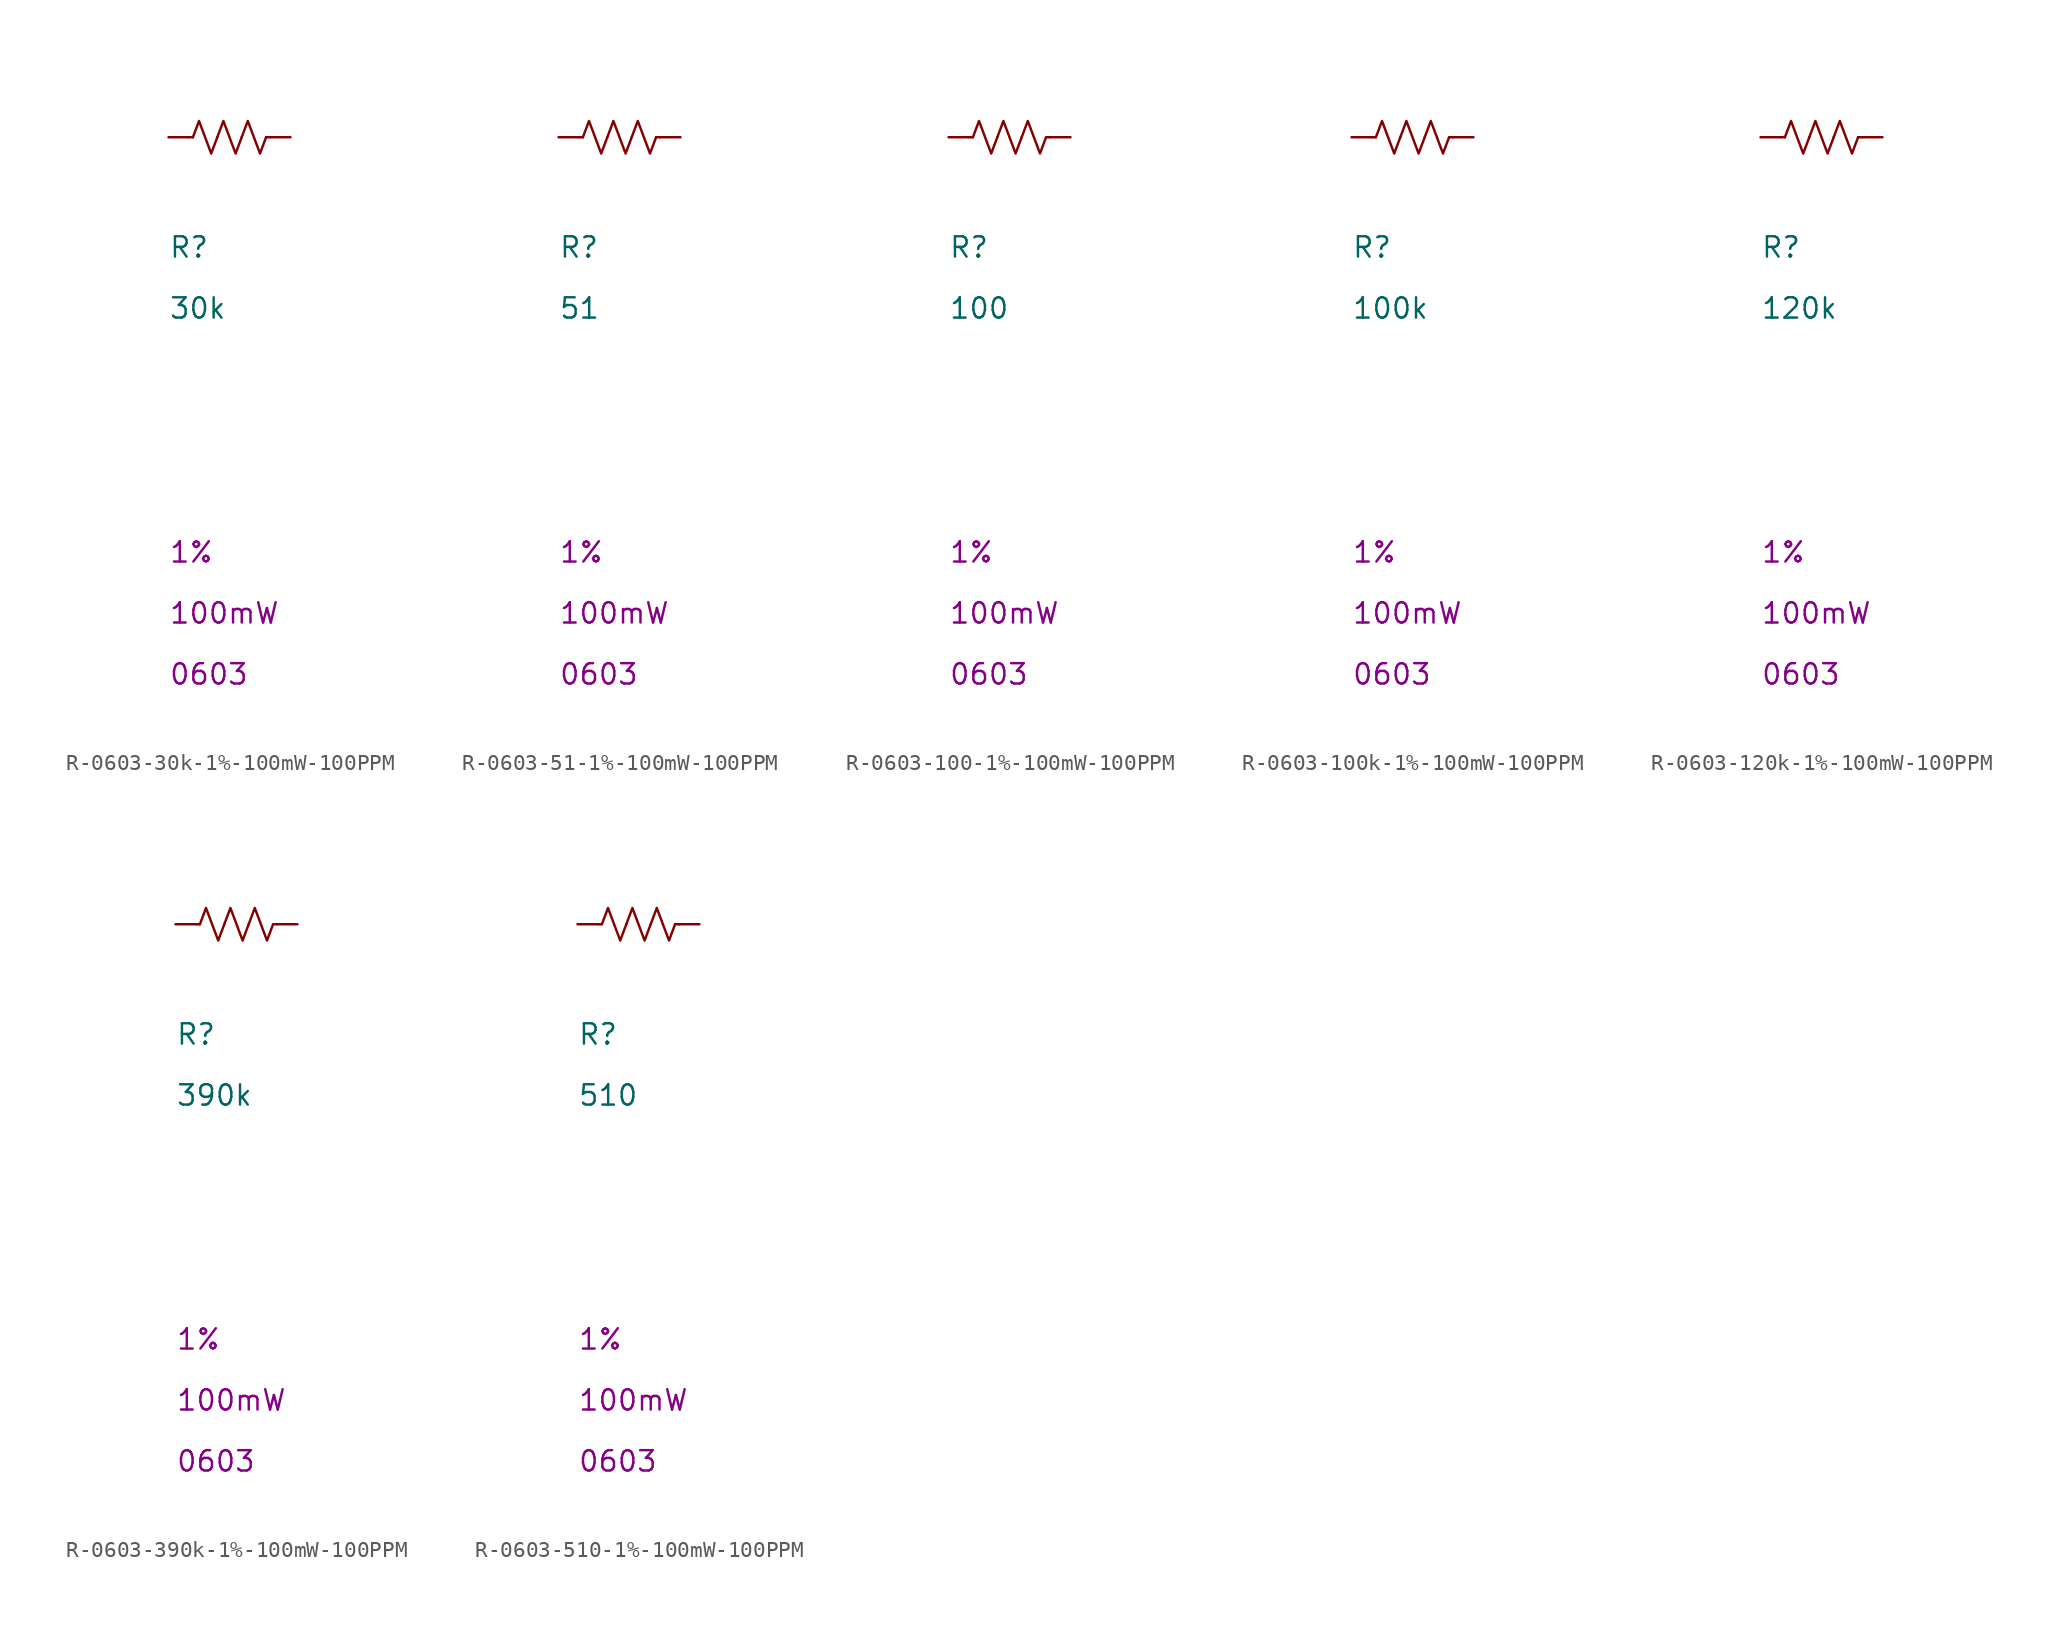
<source format=kicad_sym>
(kicad_symbol_lib
  (version 20241209)
  (generator "kicad_symbol_editor")
  (generator_version "9.0")
  (symbol "R-0603-30k-1%-100mW-100PPM"
    (pin_numbers
      (hide yes))
    (pin_names
      (hide yes))
    (property "Reference" "R"
      (at 0 -7.62 0)
      (effects (font (size 1.27 1.27)) (justify left bottom)))
    (property "Value" "30k"
      (at 0 -11.43 0)
      (effects (font (size 1.27 1.27)) (justify left bottom)))
    (property "Tolerance" "1%"
      (at 0 -26.67 0)
      (effects (font (size 1.27 1.27)) (justify left bottom)))
    (property "Power Rating" "100mW"
      (at 0 -30.48 0)
      (effects (font (size 1.27 1.27)) (justify left bottom)))
    (property "Case/Package" "0603"
      (at 0 -34.29 0)
      (effects (font (size 1.27 1.27)) (justify left bottom)))
    (symbol "R-0603-30k-1%-100mW-100PPM_0_1"
      (polyline (pts (xy 1.524 0) (xy 1.27 0)) (stroke (width 0) (type default)) (fill (type none)))
      (polyline (pts (xy 1.524 0) (xy 1.905 1.016) (xy 2.286 0) (xy 2.667 -1.016) (xy 3.048 0)) (stroke (width 0) (type default)) (fill (type none)))
      (polyline (pts (xy 3.048 0) (xy 3.429 1.016) (xy 3.81 0) (xy 4.191 -1.016) (xy 4.572 0)) (stroke (width 0) (type default)) (fill (type none)))
      (polyline (pts (xy 4.572 0) (xy 4.953 1.016) (xy 5.334 0) (xy 5.715 -1.016) (xy 6.096 0)) (stroke (width 0) (type default)) (fill (type none)))
      (polyline (pts (xy 6.096 0) (xy 6.35 0)) (stroke (width 0) (type default)) (fill (type none))))
    (symbol "R-0603-30k-1%-100mW-100PPM_1_1"
      (pin passive line (at 0 0 0) (length 1.27) (name "1" (effects (font (size 1.27 1.27)))) (number "1" (effects (font (size 1.016 1.016)))))
      (pin passive line (at 7.62 0 180) (length 1.27) (name "2" (effects (font (size 1.27 1.27)))) (number "2" (effects (font (size 1.016 1.016)))))))
  (symbol "R-0603-51-1%-100mW-100PPM"
    (pin_numbers
      (hide yes))
    (pin_names
      (hide yes))
    (property "Reference" "R"
      (at 0 -7.62 0)
      (effects (font (size 1.27 1.27)) (justify left bottom)))
    (property "Value" "51"
      (at 0 -11.43 0)
      (effects (font (size 1.27 1.27)) (justify left bottom)))
    (property "Tolerance" "1%"
      (at 0 -26.67 0)
      (effects (font (size 1.27 1.27)) (justify left bottom)))
    (property "Power Rating" "100mW"
      (at 0 -30.48 0)
      (effects (font (size 1.27 1.27)) (justify left bottom)))
    (property "Case/Package" "0603"
      (at 0 -34.29 0)
      (effects (font (size 1.27 1.27)) (justify left bottom)))
    (symbol "R-0603-51-1%-100mW-100PPM_0_1"
      (polyline (pts (xy 1.524 0) (xy 1.27 0)) (stroke (width 0) (type default)) (fill (type none)))
      (polyline (pts (xy 1.524 0) (xy 1.905 1.016) (xy 2.286 0) (xy 2.667 -1.016) (xy 3.048 0)) (stroke (width 0) (type default)) (fill (type none)))
      (polyline (pts (xy 3.048 0) (xy 3.429 1.016) (xy 3.81 0) (xy 4.191 -1.016) (xy 4.572 0)) (stroke (width 0) (type default)) (fill (type none)))
      (polyline (pts (xy 4.572 0) (xy 4.953 1.016) (xy 5.334 0) (xy 5.715 -1.016) (xy 6.096 0)) (stroke (width 0) (type default)) (fill (type none)))
      (polyline (pts (xy 6.096 0) (xy 6.35 0)) (stroke (width 0) (type default)) (fill (type none))))
    (symbol "R-0603-51-1%-100mW-100PPM_1_1"
      (pin passive line (at 0 0 0) (length 1.27) (name "1" (effects (font (size 1.27 1.27)))) (number "1" (effects (font (size 1.016 1.016)))))
      (pin passive line (at 7.62 0 180) (length 1.27) (name "2" (effects (font (size 1.27 1.27)))) (number "2" (effects (font (size 1.016 1.016)))))))
  (symbol "R-0603-100-1%-100mW-100PPM"
    (pin_numbers
      (hide yes))
    (pin_names
      (hide yes))
    (property "Reference" "R"
      (at 0 -7.62 0)
      (effects (font (size 1.27 1.27)) (justify left bottom)))
    (property "Value" "100"
      (at 0 -11.43 0)
      (effects (font (size 1.27 1.27)) (justify left bottom)))
    (property "Tolerance" "1%"
      (at 0 -26.67 0)
      (effects (font (size 1.27 1.27)) (justify left bottom)))
    (property "Power Rating" "100mW"
      (at 0 -30.48 0)
      (effects (font (size 1.27 1.27)) (justify left bottom)))
    (property "Case/Package" "0603"
      (at 0 -34.29 0)
      (effects (font (size 1.27 1.27)) (justify left bottom)))
    (symbol "R-0603-100-1%-100mW-100PPM_0_1"
      (polyline (pts (xy 1.524 0) (xy 1.27 0)) (stroke (width 0) (type default)) (fill (type none)))
      (polyline (pts (xy 1.524 0) (xy 1.905 1.016) (xy 2.286 0) (xy 2.667 -1.016) (xy 3.048 0)) (stroke (width 0) (type default)) (fill (type none)))
      (polyline (pts (xy 3.048 0) (xy 3.429 1.016) (xy 3.81 0) (xy 4.191 -1.016) (xy 4.572 0)) (stroke (width 0) (type default)) (fill (type none)))
      (polyline (pts (xy 4.572 0) (xy 4.953 1.016) (xy 5.334 0) (xy 5.715 -1.016) (xy 6.096 0)) (stroke (width 0) (type default)) (fill (type none)))
      (polyline (pts (xy 6.096 0) (xy 6.35 0)) (stroke (width 0) (type default)) (fill (type none))))
    (symbol "R-0603-100-1%-100mW-100PPM_1_1"
      (pin passive line (at 0 0 0) (length 1.27) (name "1" (effects (font (size 1.27 1.27)))) (number "1" (effects (font (size 1.016 1.016)))))
      (pin passive line (at 7.62 0 180) (length 1.27) (name "2" (effects (font (size 1.27 1.27)))) (number "2" (effects (font (size 1.016 1.016)))))))
  (symbol "R-0603-100k-1%-100mW-100PPM"
    (pin_numbers
      (hide yes))
    (pin_names
      (hide yes))
    (property "Reference" "R"
      (at 0 -7.62 0)
      (effects (font (size 1.27 1.27)) (justify left bottom)))
    (property "Value" "100k"
      (at 0 -11.43 0)
      (effects (font (size 1.27 1.27)) (justify left bottom)))
    (property "Tolerance" "1%"
      (at 0 -26.67 0)
      (effects (font (size 1.27 1.27)) (justify left bottom)))
    (property "Power Rating" "100mW"
      (at 0 -30.48 0)
      (effects (font (size 1.27 1.27)) (justify left bottom)))
    (property "Case/Package" "0603"
      (at 0 -34.29 0)
      (effects (font (size 1.27 1.27)) (justify left bottom)))
    (symbol "R-0603-100k-1%-100mW-100PPM_0_1"
      (polyline (pts (xy 1.524 0) (xy 1.27 0)) (stroke (width 0) (type default)) (fill (type none)))
      (polyline (pts (xy 1.524 0) (xy 1.905 1.016) (xy 2.286 0) (xy 2.667 -1.016) (xy 3.048 0)) (stroke (width 0) (type default)) (fill (type none)))
      (polyline (pts (xy 3.048 0) (xy 3.429 1.016) (xy 3.81 0) (xy 4.191 -1.016) (xy 4.572 0)) (stroke (width 0) (type default)) (fill (type none)))
      (polyline (pts (xy 4.572 0) (xy 4.953 1.016) (xy 5.334 0) (xy 5.715 -1.016) (xy 6.096 0)) (stroke (width 0) (type default)) (fill (type none)))
      (polyline (pts (xy 6.096 0) (xy 6.35 0)) (stroke (width 0) (type default)) (fill (type none))))
    (symbol "R-0603-100k-1%-100mW-100PPM_1_1"
      (pin passive line (at 0 0 0) (length 1.27) (name "1" (effects (font (size 1.27 1.27)))) (number "1" (effects (font (size 1.016 1.016)))))
      (pin passive line (at 7.62 0 180) (length 1.27) (name "2" (effects (font (size 1.27 1.27)))) (number "2" (effects (font (size 1.016 1.016)))))))
  (symbol "R-0603-120k-1%-100mW-100PPM"
    (pin_numbers
      (hide yes))
    (pin_names
      (hide yes))
    (property "Reference" "R"
      (at 0 -7.62 0)
      (effects (font (size 1.27 1.27)) (justify left bottom)))
    (property "Value" "120k"
      (at 0 -11.43 0)
      (effects (font (size 1.27 1.27)) (justify left bottom)))
    (property "Tolerance" "1%"
      (at 0 -26.67 0)
      (effects (font (size 1.27 1.27)) (justify left bottom)))
    (property "Power Rating" "100mW"
      (at 0 -30.48 0)
      (effects (font (size 1.27 1.27)) (justify left bottom)))
    (property "Case/Package" "0603"
      (at 0 -34.29 0)
      (effects (font (size 1.27 1.27)) (justify left bottom)))
    (symbol "R-0603-120k-1%-100mW-100PPM_0_1"
      (polyline (pts (xy 1.524 0) (xy 1.27 0)) (stroke (width 0) (type default)) (fill (type none)))
      (polyline (pts (xy 1.524 0) (xy 1.905 1.016) (xy 2.286 0) (xy 2.667 -1.016) (xy 3.048 0)) (stroke (width 0) (type default)) (fill (type none)))
      (polyline (pts (xy 3.048 0) (xy 3.429 1.016) (xy 3.81 0) (xy 4.191 -1.016) (xy 4.572 0)) (stroke (width 0) (type default)) (fill (type none)))
      (polyline (pts (xy 4.572 0) (xy 4.953 1.016) (xy 5.334 0) (xy 5.715 -1.016) (xy 6.096 0)) (stroke (width 0) (type default)) (fill (type none)))
      (polyline (pts (xy 6.096 0) (xy 6.35 0)) (stroke (width 0) (type default)) (fill (type none))))
    (symbol "R-0603-120k-1%-100mW-100PPM_1_1"
      (pin passive line (at 0 0 0) (length 1.27) (name "1" (effects (font (size 1.27 1.27)))) (number "1" (effects (font (size 1.016 1.016)))))
      (pin passive line (at 7.62 0 180) (length 1.27) (name "2" (effects (font (size 1.27 1.27)))) (number "2" (effects (font (size 1.016 1.016)))))))
  (symbol "R-0603-390k-1%-100mW-100PPM"
    (pin_numbers
      (hide yes))
    (pin_names
      (hide yes))
    (property "Reference" "R"
      (at 0 -7.62 0)
      (effects (font (size 1.27 1.27)) (justify left bottom)))
    (property "Value" "390k"
      (at 0 -11.43 0)
      (effects (font (size 1.27 1.27)) (justify left bottom)))
    (property "Tolerance" "1%"
      (at 0 -26.67 0)
      (effects (font (size 1.27 1.27)) (justify left bottom)))
    (property "Power Rating" "100mW"
      (at 0 -30.48 0)
      (effects (font (size 1.27 1.27)) (justify left bottom)))
    (property "Case/Package" "0603"
      (at 0 -34.29 0)
      (effects (font (size 1.27 1.27)) (justify left bottom)))
    (symbol "R-0603-390k-1%-100mW-100PPM_0_1"
      (polyline (pts (xy 1.524 0) (xy 1.27 0)) (stroke (width 0) (type default)) (fill (type none)))
      (polyline (pts (xy 1.524 0) (xy 1.905 1.016) (xy 2.286 0) (xy 2.667 -1.016) (xy 3.048 0)) (stroke (width 0) (type default)) (fill (type none)))
      (polyline (pts (xy 3.048 0) (xy 3.429 1.016) (xy 3.81 0) (xy 4.191 -1.016) (xy 4.572 0)) (stroke (width 0) (type default)) (fill (type none)))
      (polyline (pts (xy 4.572 0) (xy 4.953 1.016) (xy 5.334 0) (xy 5.715 -1.016) (xy 6.096 0)) (stroke (width 0) (type default)) (fill (type none)))
      (polyline (pts (xy 6.096 0) (xy 6.35 0)) (stroke (width 0) (type default)) (fill (type none))))
    (symbol "R-0603-390k-1%-100mW-100PPM_1_1"
      (pin passive line (at 0 0 0) (length 1.27) (name "1" (effects (font (size 1.27 1.27)))) (number "1" (effects (font (size 1.016 1.016)))))
      (pin passive line (at 7.62 0 180) (length 1.27) (name "2" (effects (font (size 1.27 1.27)))) (number "2" (effects (font (size 1.016 1.016)))))))
  (symbol "R-0603-510-1%-100mW-100PPM"
    (pin_numbers
      (hide yes))
    (pin_names
      (hide yes))
    (property "Reference" "R"
      (at 0 -7.62 0)
      (effects (font (size 1.27 1.27)) (justify left bottom)))
    (property "Value" "510"
      (at 0 -11.43 0)
      (effects (font (size 1.27 1.27)) (justify left bottom)))
    (property "Tolerance" "1%"
      (at 0 -26.67 0)
      (effects (font (size 1.27 1.27)) (justify left bottom)))
    (property "Power Rating" "100mW"
      (at 0 -30.48 0)
      (effects (font (size 1.27 1.27)) (justify left bottom)))
    (property "Case/Package" "0603"
      (at 0 -34.29 0)
      (effects (font (size 1.27 1.27)) (justify left bottom)))
    (symbol "R-0603-510-1%-100mW-100PPM_0_1"
      (polyline (pts (xy 1.524 0) (xy 1.27 0)) (stroke (width 0) (type default)) (fill (type none)))
      (polyline (pts (xy 1.524 0) (xy 1.905 1.016) (xy 2.286 0) (xy 2.667 -1.016) (xy 3.048 0)) (stroke (width 0) (type default)) (fill (type none)))
      (polyline (pts (xy 3.048 0) (xy 3.429 1.016) (xy 3.81 0) (xy 4.191 -1.016) (xy 4.572 0)) (stroke (width 0) (type default)) (fill (type none)))
      (polyline (pts (xy 4.572 0) (xy 4.953 1.016) (xy 5.334 0) (xy 5.715 -1.016) (xy 6.096 0)) (stroke (width 0) (type default)) (fill (type none)))
      (polyline (pts (xy 6.096 0) (xy 6.35 0)) (stroke (width 0) (type default)) (fill (type none))))
    (symbol "R-0603-510-1%-100mW-100PPM_1_1"
      (pin passive line (at 0 0 0) (length 1.27) (name "1" (effects (font (size 1.27 1.27)))) (number "1" (effects (font (size 1.016 1.016)))))
      (pin passive line (at 7.62 0 180) (length 1.27) (name "2" (effects (font (size 1.27 1.27)))) (number "2" (effects (font (size 1.016 1.016))))))))
</source>
